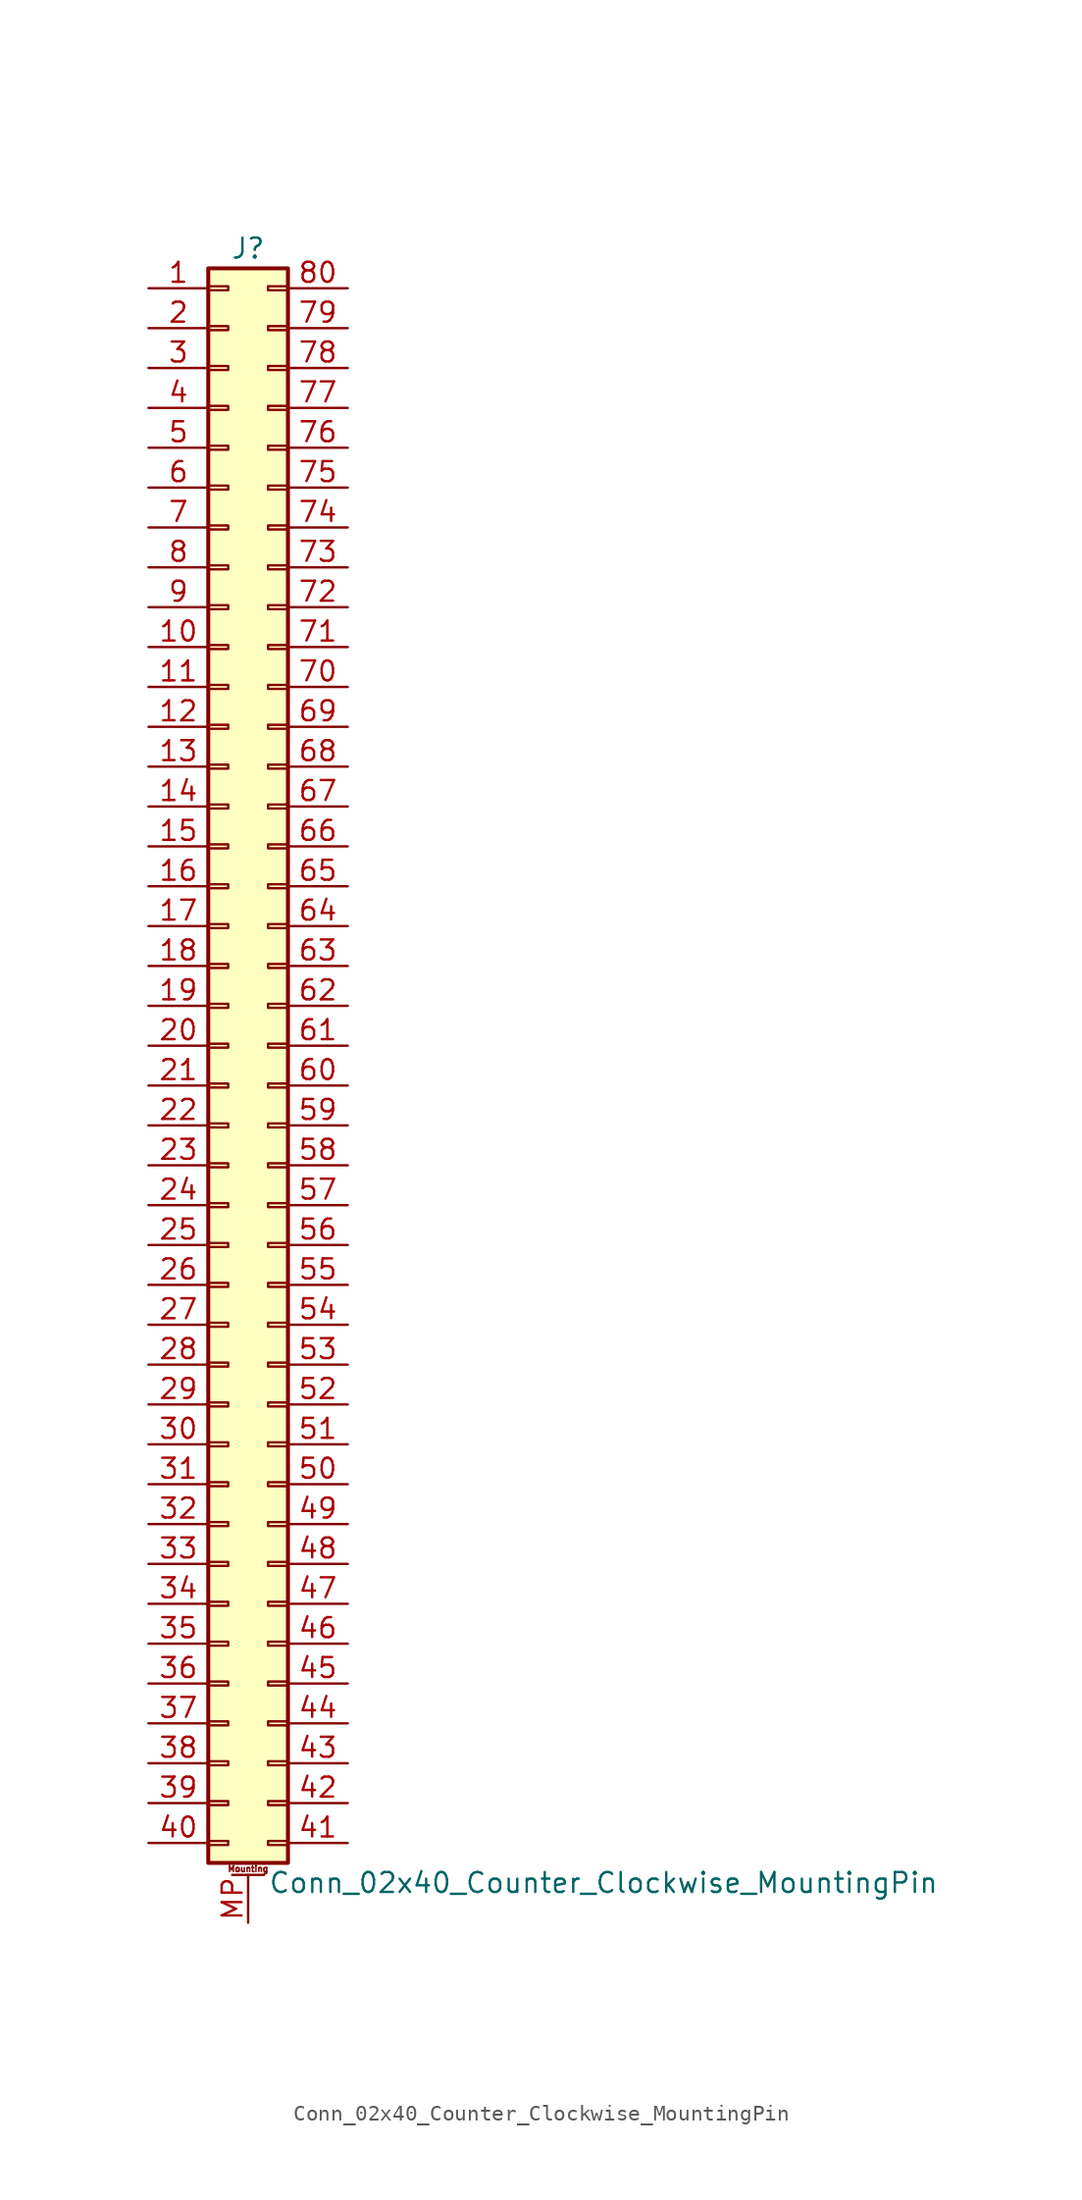
<source format=kicad_sym>
(kicad_symbol_lib
  (version 20220914)
  (generator kicad_symbol_editor)
  (symbol "Conn_02x40_Counter_Clockwise_MountingPin"
    (pin_names
      (offset 1.016) hide)
    (property "Reference" "J"
      (at 1.27 50.8 0)
      (effects (font (size 1.27 1.27))))
    (property "Value" "Conn_02x40_Counter_Clockwise_MountingPin"
      (at 2.54 -53.34 0)
      (effects (font (size 1.27 1.27)) (justify left)))
    (symbol "Conn_02x40_Counter_Clockwise_MountingPin_1_1"
      (rectangle (start -1.27 -50.673) (end 0 -50.927) (stroke (width 0.152) (type default)) (fill (type none)))
      (rectangle (start -1.27 -48.133) (end 0 -48.387) (stroke (width 0.152) (type default)) (fill (type none)))
      (rectangle (start -1.27 -45.593) (end 0 -45.847) (stroke (width 0.152) (type default)) (fill (type none)))
      (rectangle (start -1.27 -43.053) (end 0 -43.307) (stroke (width 0.152) (type default)) (fill (type none)))
      (rectangle (start -1.27 -40.513) (end 0 -40.767) (stroke (width 0.152) (type default)) (fill (type none)))
      (rectangle (start -1.27 -37.973) (end 0 -38.227) (stroke (width 0.152) (type default)) (fill (type none)))
      (rectangle (start -1.27 -35.433) (end 0 -35.687) (stroke (width 0.152) (type default)) (fill (type none)))
      (rectangle (start -1.27 -32.893) (end 0 -33.147) (stroke (width 0.152) (type default)) (fill (type none)))
      (rectangle (start -1.27 -30.353) (end 0 -30.607) (stroke (width 0.152) (type default)) (fill (type none)))
      (rectangle (start -1.27 -27.813) (end 0 -28.067) (stroke (width 0.152) (type default)) (fill (type none)))
      (rectangle (start -1.27 -25.273) (end 0 -25.527) (stroke (width 0.152) (type default)) (fill (type none)))
      (rectangle (start -1.27 -22.733) (end 0 -22.987) (stroke (width 0.152) (type default)) (fill (type none)))
      (rectangle (start -1.27 -20.193) (end 0 -20.447) (stroke (width 0.152) (type default)) (fill (type none)))
      (rectangle (start -1.27 -17.653) (end 0 -17.907) (stroke (width 0.152) (type default)) (fill (type none)))
      (rectangle (start -1.27 -15.113) (end 0 -15.367) (stroke (width 0.152) (type default)) (fill (type none)))
      (rectangle (start -1.27 -12.573) (end 0 -12.827) (stroke (width 0.152) (type default)) (fill (type none)))
      (rectangle (start -1.27 -10.033) (end 0 -10.287) (stroke (width 0.152) (type default)) (fill (type none)))
      (rectangle (start -1.27 -7.493) (end 0 -7.747) (stroke (width 0.152) (type default)) (fill (type none)))
      (rectangle (start -1.27 -4.953) (end 0 -5.207) (stroke (width 0.152) (type default)) (fill (type none)))
      (rectangle (start -1.27 -2.413) (end 0 -2.667) (stroke (width 0.152) (type default)) (fill (type none)))
      (rectangle (start -1.27 0.127) (end 0 -0.127) (stroke (width 0.152) (type default)) (fill (type none)))
      (rectangle (start -1.27 2.667) (end 0 2.413) (stroke (width 0.152) (type default)) (fill (type none)))
      (rectangle (start -1.27 5.207) (end 0 4.953) (stroke (width 0.152) (type default)) (fill (type none)))
      (rectangle (start -1.27 7.747) (end 0 7.493) (stroke (width 0.152) (type default)) (fill (type none)))
      (rectangle (start -1.27 10.287) (end 0 10.033) (stroke (width 0.152) (type default)) (fill (type none)))
      (rectangle (start -1.27 12.827) (end 0 12.573) (stroke (width 0.152) (type default)) (fill (type none)))
      (rectangle (start -1.27 15.367) (end 0 15.113) (stroke (width 0.152) (type default)) (fill (type none)))
      (rectangle (start -1.27 17.907) (end 0 17.653) (stroke (width 0.152) (type default)) (fill (type none)))
      (rectangle (start -1.27 20.447) (end 0 20.193) (stroke (width 0.152) (type default)) (fill (type none)))
      (rectangle (start -1.27 22.987) (end 0 22.733) (stroke (width 0.152) (type default)) (fill (type none)))
      (rectangle (start -1.27 25.527) (end 0 25.273) (stroke (width 0.152) (type default)) (fill (type none)))
      (rectangle (start -1.27 28.067) (end 0 27.813) (stroke (width 0.152) (type default)) (fill (type none)))
      (rectangle (start -1.27 30.607) (end 0 30.353) (stroke (width 0.152) (type default)) (fill (type none)))
      (rectangle (start -1.27 33.147) (end 0 32.893) (stroke (width 0.152) (type default)) (fill (type none)))
      (rectangle (start -1.27 35.687) (end 0 35.433) (stroke (width 0.152) (type default)) (fill (type none)))
      (rectangle (start -1.27 38.227) (end 0 37.973) (stroke (width 0.152) (type default)) (fill (type none)))
      (rectangle (start -1.27 40.767) (end 0 40.513) (stroke (width 0.152) (type default)) (fill (type none)))
      (rectangle (start -1.27 43.307) (end 0 43.053) (stroke (width 0.152) (type default)) (fill (type none)))
      (rectangle (start -1.27 45.847) (end 0 45.593) (stroke (width 0.152) (type default)) (fill (type none)))
      (rectangle (start -1.27 48.387) (end 0 48.133) (stroke (width 0.152) (type default)) (fill (type none)))
      (rectangle (start -1.27 49.53) (end 3.81 -52.07) (stroke (width 0.254) (type default)) (fill (type background)))
      (polyline (pts (xy 0.254 -52.832) (xy 2.286 -52.832)) (stroke (width 0.152) (type default)) (fill (type none)))
      (rectangle (start 3.81 -50.673) (end 2.54 -50.927) (stroke (width 0.152) (type default)) (fill (type none)))
      (rectangle (start 3.81 -48.133) (end 2.54 -48.387) (stroke (width 0.152) (type default)) (fill (type none)))
      (rectangle (start 3.81 -45.593) (end 2.54 -45.847) (stroke (width 0.152) (type default)) (fill (type none)))
      (rectangle (start 3.81 -43.053) (end 2.54 -43.307) (stroke (width 0.152) (type default)) (fill (type none)))
      (rectangle (start 3.81 -40.513) (end 2.54 -40.767) (stroke (width 0.152) (type default)) (fill (type none)))
      (rectangle (start 3.81 -37.973) (end 2.54 -38.227) (stroke (width 0.152) (type default)) (fill (type none)))
      (rectangle (start 3.81 -35.433) (end 2.54 -35.687) (stroke (width 0.152) (type default)) (fill (type none)))
      (rectangle (start 3.81 -32.893) (end 2.54 -33.147) (stroke (width 0.152) (type default)) (fill (type none)))
      (rectangle (start 3.81 -30.353) (end 2.54 -30.607) (stroke (width 0.152) (type default)) (fill (type none)))
      (rectangle (start 3.81 -27.813) (end 2.54 -28.067) (stroke (width 0.152) (type default)) (fill (type none)))
      (rectangle (start 3.81 -25.273) (end 2.54 -25.527) (stroke (width 0.152) (type default)) (fill (type none)))
      (rectangle (start 3.81 -22.733) (end 2.54 -22.987) (stroke (width 0.152) (type default)) (fill (type none)))
      (rectangle (start 3.81 -20.193) (end 2.54 -20.447) (stroke (width 0.152) (type default)) (fill (type none)))
      (rectangle (start 3.81 -17.653) (end 2.54 -17.907) (stroke (width 0.152) (type default)) (fill (type none)))
      (rectangle (start 3.81 -15.113) (end 2.54 -15.367) (stroke (width 0.152) (type default)) (fill (type none)))
      (rectangle (start 3.81 -12.573) (end 2.54 -12.827) (stroke (width 0.152) (type default)) (fill (type none)))
      (rectangle (start 3.81 -10.033) (end 2.54 -10.287) (stroke (width 0.152) (type default)) (fill (type none)))
      (rectangle (start 3.81 -7.493) (end 2.54 -7.747) (stroke (width 0.152) (type default)) (fill (type none)))
      (rectangle (start 3.81 -4.953) (end 2.54 -5.207) (stroke (width 0.152) (type default)) (fill (type none)))
      (rectangle (start 3.81 -2.413) (end 2.54 -2.667) (stroke (width 0.152) (type default)) (fill (type none)))
      (rectangle (start 3.81 0.127) (end 2.54 -0.127) (stroke (width 0.152) (type default)) (fill (type none)))
      (rectangle (start 3.81 2.667) (end 2.54 2.413) (stroke (width 0.152) (type default)) (fill (type none)))
      (rectangle (start 3.81 5.207) (end 2.54 4.953) (stroke (width 0.152) (type default)) (fill (type none)))
      (rectangle (start 3.81 7.747) (end 2.54 7.493) (stroke (width 0.152) (type default)) (fill (type none)))
      (rectangle (start 3.81 10.287) (end 2.54 10.033) (stroke (width 0.152) (type default)) (fill (type none)))
      (rectangle (start 3.81 12.827) (end 2.54 12.573) (stroke (width 0.152) (type default)) (fill (type none)))
      (rectangle (start 3.81 15.367) (end 2.54 15.113) (stroke (width 0.152) (type default)) (fill (type none)))
      (rectangle (start 3.81 17.907) (end 2.54 17.653) (stroke (width 0.152) (type default)) (fill (type none)))
      (rectangle (start 3.81 20.447) (end 2.54 20.193) (stroke (width 0.152) (type default)) (fill (type none)))
      (rectangle (start 3.81 22.987) (end 2.54 22.733) (stroke (width 0.152) (type default)) (fill (type none)))
      (rectangle (start 3.81 25.527) (end 2.54 25.273) (stroke (width 0.152) (type default)) (fill (type none)))
      (rectangle (start 3.81 28.067) (end 2.54 27.813) (stroke (width 0.152) (type default)) (fill (type none)))
      (rectangle (start 3.81 30.607) (end 2.54 30.353) (stroke (width 0.152) (type default)) (fill (type none)))
      (rectangle (start 3.81 33.147) (end 2.54 32.893) (stroke (width 0.152) (type default)) (fill (type none)))
      (rectangle (start 3.81 35.687) (end 2.54 35.433) (stroke (width 0.152) (type default)) (fill (type none)))
      (rectangle (start 3.81 38.227) (end 2.54 37.973) (stroke (width 0.152) (type default)) (fill (type none)))
      (rectangle (start 3.81 40.767) (end 2.54 40.513) (stroke (width 0.152) (type default)) (fill (type none)))
      (rectangle (start 3.81 43.307) (end 2.54 43.053) (stroke (width 0.152) (type default)) (fill (type none)))
      (rectangle (start 3.81 45.847) (end 2.54 45.593) (stroke (width 0.152) (type default)) (fill (type none)))
      (rectangle (start 3.81 48.387) (end 2.54 48.133) (stroke (width 0.152) (type default)) (fill (type none)))
      (text "Mounting" (at 1.27 -52.451 0) (effects (font (size 0.381 0.381))))
      (pin passive line (at -5.08 48.26 0) (length 3.81) (name "Pin_1" (effects (font (size 1.27 1.27)))) (number "1" (effects (font (size 1.27 1.27)))))
      (pin passive line (at -5.08 25.4 0) (length 3.81) (name "Pin_10" (effects (font (size 1.27 1.27)))) (number "10" (effects (font (size 1.27 1.27)))))
      (pin passive line (at -5.08 22.86 0) (length 3.81) (name "Pin_11" (effects (font (size 1.27 1.27)))) (number "11" (effects (font (size 1.27 1.27)))))
      (pin passive line (at -5.08 20.32 0) (length 3.81) (name "Pin_12" (effects (font (size 1.27 1.27)))) (number "12" (effects (font (size 1.27 1.27)))))
      (pin passive line (at -5.08 17.78 0) (length 3.81) (name "Pin_13" (effects (font (size 1.27 1.27)))) (number "13" (effects (font (size 1.27 1.27)))))
      (pin passive line (at -5.08 15.24 0) (length 3.81) (name "Pin_14" (effects (font (size 1.27 1.27)))) (number "14" (effects (font (size 1.27 1.27)))))
      (pin passive line (at -5.08 12.7 0) (length 3.81) (name "Pin_15" (effects (font (size 1.27 1.27)))) (number "15" (effects (font (size 1.27 1.27)))))
      (pin passive line (at -5.08 10.16 0) (length 3.81) (name "Pin_16" (effects (font (size 1.27 1.27)))) (number "16" (effects (font (size 1.27 1.27)))))
      (pin passive line (at -5.08 7.62 0) (length 3.81) (name "Pin_17" (effects (font (size 1.27 1.27)))) (number "17" (effects (font (size 1.27 1.27)))))
      (pin passive line (at -5.08 5.08 0) (length 3.81) (name "Pin_18" (effects (font (size 1.27 1.27)))) (number "18" (effects (font (size 1.27 1.27)))))
      (pin passive line (at -5.08 2.54 0) (length 3.81) (name "Pin_19" (effects (font (size 1.27 1.27)))) (number "19" (effects (font (size 1.27 1.27)))))
      (pin passive line (at -5.08 45.72 0) (length 3.81) (name "Pin_2" (effects (font (size 1.27 1.27)))) (number "2" (effects (font (size 1.27 1.27)))))
      (pin passive line (at -5.08 0 0) (length 3.81) (name "Pin_20" (effects (font (size 1.27 1.27)))) (number "20" (effects (font (size 1.27 1.27)))))
      (pin passive line (at -5.08 -2.54 0) (length 3.81) (name "Pin_21" (effects (font (size 1.27 1.27)))) (number "21" (effects (font (size 1.27 1.27)))))
      (pin passive line (at -5.08 -5.08 0) (length 3.81) (name "Pin_22" (effects (font (size 1.27 1.27)))) (number "22" (effects (font (size 1.27 1.27)))))
      (pin passive line (at -5.08 -7.62 0) (length 3.81) (name "Pin_23" (effects (font (size 1.27 1.27)))) (number "23" (effects (font (size 1.27 1.27)))))
      (pin passive line (at -5.08 -10.16 0) (length 3.81) (name "Pin_24" (effects (font (size 1.27 1.27)))) (number "24" (effects (font (size 1.27 1.27)))))
      (pin passive line (at -5.08 -12.7 0) (length 3.81) (name "Pin_25" (effects (font (size 1.27 1.27)))) (number "25" (effects (font (size 1.27 1.27)))))
      (pin passive line (at -5.08 -15.24 0) (length 3.81) (name "Pin_26" (effects (font (size 1.27 1.27)))) (number "26" (effects (font (size 1.27 1.27)))))
      (pin passive line (at -5.08 -17.78 0) (length 3.81) (name "Pin_27" (effects (font (size 1.27 1.27)))) (number "27" (effects (font (size 1.27 1.27)))))
      (pin passive line (at -5.08 -20.32 0) (length 3.81) (name "Pin_28" (effects (font (size 1.27 1.27)))) (number "28" (effects (font (size 1.27 1.27)))))
      (pin passive line (at -5.08 -22.86 0) (length 3.81) (name "Pin_29" (effects (font (size 1.27 1.27)))) (number "29" (effects (font (size 1.27 1.27)))))
      (pin passive line (at -5.08 43.18 0) (length 3.81) (name "Pin_3" (effects (font (size 1.27 1.27)))) (number "3" (effects (font (size 1.27 1.27)))))
      (pin passive line (at -5.08 -25.4 0) (length 3.81) (name "Pin_30" (effects (font (size 1.27 1.27)))) (number "30" (effects (font (size 1.27 1.27)))))
      (pin passive line (at -5.08 -27.94 0) (length 3.81) (name "Pin_31" (effects (font (size 1.27 1.27)))) (number "31" (effects (font (size 1.27 1.27)))))
      (pin passive line (at -5.08 -30.48 0) (length 3.81) (name "Pin_32" (effects (font (size 1.27 1.27)))) (number "32" (effects (font (size 1.27 1.27)))))
      (pin passive line (at -5.08 -33.02 0) (length 3.81) (name "Pin_33" (effects (font (size 1.27 1.27)))) (number "33" (effects (font (size 1.27 1.27)))))
      (pin passive line (at -5.08 -35.56 0) (length 3.81) (name "Pin_34" (effects (font (size 1.27 1.27)))) (number "34" (effects (font (size 1.27 1.27)))))
      (pin passive line (at -5.08 -38.1 0) (length 3.81) (name "Pin_35" (effects (font (size 1.27 1.27)))) (number "35" (effects (font (size 1.27 1.27)))))
      (pin passive line (at -5.08 -40.64 0) (length 3.81) (name "Pin_36" (effects (font (size 1.27 1.27)))) (number "36" (effects (font (size 1.27 1.27)))))
      (pin passive line (at -5.08 -43.18 0) (length 3.81) (name "Pin_37" (effects (font (size 1.27 1.27)))) (number "37" (effects (font (size 1.27 1.27)))))
      (pin passive line (at -5.08 -45.72 0) (length 3.81) (name "Pin_38" (effects (font (size 1.27 1.27)))) (number "38" (effects (font (size 1.27 1.27)))))
      (pin passive line (at -5.08 -48.26 0) (length 3.81) (name "Pin_39" (effects (font (size 1.27 1.27)))) (number "39" (effects (font (size 1.27 1.27)))))
      (pin passive line (at -5.08 40.64 0) (length 3.81) (name "Pin_4" (effects (font (size 1.27 1.27)))) (number "4" (effects (font (size 1.27 1.27)))))
      (pin passive line (at -5.08 -50.8 0) (length 3.81) (name "Pin_40" (effects (font (size 1.27 1.27)))) (number "40" (effects (font (size 1.27 1.27)))))
      (pin passive line (at 7.62 -50.8 180) (length 3.81) (name "Pin_41" (effects (font (size 1.27 1.27)))) (number "41" (effects (font (size 1.27 1.27)))))
      (pin passive line (at 7.62 -48.26 180) (length 3.81) (name "Pin_42" (effects (font (size 1.27 1.27)))) (number "42" (effects (font (size 1.27 1.27)))))
      (pin passive line (at 7.62 -45.72 180) (length 3.81) (name "Pin_43" (effects (font (size 1.27 1.27)))) (number "43" (effects (font (size 1.27 1.27)))))
      (pin passive line (at 7.62 -43.18 180) (length 3.81) (name "Pin_44" (effects (font (size 1.27 1.27)))) (number "44" (effects (font (size 1.27 1.27)))))
      (pin passive line (at 7.62 -40.64 180) (length 3.81) (name "Pin_45" (effects (font (size 1.27 1.27)))) (number "45" (effects (font (size 1.27 1.27)))))
      (pin passive line (at 7.62 -38.1 180) (length 3.81) (name "Pin_46" (effects (font (size 1.27 1.27)))) (number "46" (effects (font (size 1.27 1.27)))))
      (pin passive line (at 7.62 -35.56 180) (length 3.81) (name "Pin_47" (effects (font (size 1.27 1.27)))) (number "47" (effects (font (size 1.27 1.27)))))
      (pin passive line (at 7.62 -33.02 180) (length 3.81) (name "Pin_48" (effects (font (size 1.27 1.27)))) (number "48" (effects (font (size 1.27 1.27)))))
      (pin passive line (at 7.62 -30.48 180) (length 3.81) (name "Pin_49" (effects (font (size 1.27 1.27)))) (number "49" (effects (font (size 1.27 1.27)))))
      (pin passive line (at -5.08 38.1 0) (length 3.81) (name "Pin_5" (effects (font (size 1.27 1.27)))) (number "5" (effects (font (size 1.27 1.27)))))
      (pin passive line (at 7.62 -27.94 180) (length 3.81) (name "Pin_50" (effects (font (size 1.27 1.27)))) (number "50" (effects (font (size 1.27 1.27)))))
      (pin passive line (at 7.62 -25.4 180) (length 3.81) (name "Pin_51" (effects (font (size 1.27 1.27)))) (number "51" (effects (font (size 1.27 1.27)))))
      (pin passive line (at 7.62 -22.86 180) (length 3.81) (name "Pin_52" (effects (font (size 1.27 1.27)))) (number "52" (effects (font (size 1.27 1.27)))))
      (pin passive line (at 7.62 -20.32 180) (length 3.81) (name "Pin_53" (effects (font (size 1.27 1.27)))) (number "53" (effects (font (size 1.27 1.27)))))
      (pin passive line (at 7.62 -17.78 180) (length 3.81) (name "Pin_54" (effects (font (size 1.27 1.27)))) (number "54" (effects (font (size 1.27 1.27)))))
      (pin passive line (at 7.62 -15.24 180) (length 3.81) (name "Pin_55" (effects (font (size 1.27 1.27)))) (number "55" (effects (font (size 1.27 1.27)))))
      (pin passive line (at 7.62 -12.7 180) (length 3.81) (name "Pin_56" (effects (font (size 1.27 1.27)))) (number "56" (effects (font (size 1.27 1.27)))))
      (pin passive line (at 7.62 -10.16 180) (length 3.81) (name "Pin_57" (effects (font (size 1.27 1.27)))) (number "57" (effects (font (size 1.27 1.27)))))
      (pin passive line (at 7.62 -7.62 180) (length 3.81) (name "Pin_58" (effects (font (size 1.27 1.27)))) (number "58" (effects (font (size 1.27 1.27)))))
      (pin passive line (at 7.62 -5.08 180) (length 3.81) (name "Pin_59" (effects (font (size 1.27 1.27)))) (number "59" (effects (font (size 1.27 1.27)))))
      (pin passive line (at -5.08 35.56 0) (length 3.81) (name "Pin_6" (effects (font (size 1.27 1.27)))) (number "6" (effects (font (size 1.27 1.27)))))
      (pin passive line (at 7.62 -2.54 180) (length 3.81) (name "Pin_60" (effects (font (size 1.27 1.27)))) (number "60" (effects (font (size 1.27 1.27)))))
      (pin passive line (at 7.62 0 180) (length 3.81) (name "Pin_61" (effects (font (size 1.27 1.27)))) (number "61" (effects (font (size 1.27 1.27)))))
      (pin passive line (at 7.62 2.54 180) (length 3.81) (name "Pin_62" (effects (font (size 1.27 1.27)))) (number "62" (effects (font (size 1.27 1.27)))))
      (pin passive line (at 7.62 5.08 180) (length 3.81) (name "Pin_63" (effects (font (size 1.27 1.27)))) (number "63" (effects (font (size 1.27 1.27)))))
      (pin passive line (at 7.62 7.62 180) (length 3.81) (name "Pin_64" (effects (font (size 1.27 1.27)))) (number "64" (effects (font (size 1.27 1.27)))))
      (pin passive line (at 7.62 10.16 180) (length 3.81) (name "Pin_65" (effects (font (size 1.27 1.27)))) (number "65" (effects (font (size 1.27 1.27)))))
      (pin passive line (at 7.62 12.7 180) (length 3.81) (name "Pin_66" (effects (font (size 1.27 1.27)))) (number "66" (effects (font (size 1.27 1.27)))))
      (pin passive line (at 7.62 15.24 180) (length 3.81) (name "Pin_67" (effects (font (size 1.27 1.27)))) (number "67" (effects (font (size 1.27 1.27)))))
      (pin passive line (at 7.62 17.78 180) (length 3.81) (name "Pin_68" (effects (font (size 1.27 1.27)))) (number "68" (effects (font (size 1.27 1.27)))))
      (pin passive line (at 7.62 20.32 180) (length 3.81) (name "Pin_69" (effects (font (size 1.27 1.27)))) (number "69" (effects (font (size 1.27 1.27)))))
      (pin passive line (at -5.08 33.02 0) (length 3.81) (name "Pin_7" (effects (font (size 1.27 1.27)))) (number "7" (effects (font (size 1.27 1.27)))))
      (pin passive line (at 7.62 22.86 180) (length 3.81) (name "Pin_70" (effects (font (size 1.27 1.27)))) (number "70" (effects (font (size 1.27 1.27)))))
      (pin passive line (at 7.62 25.4 180) (length 3.81) (name "Pin_71" (effects (font (size 1.27 1.27)))) (number "71" (effects (font (size 1.27 1.27)))))
      (pin passive line (at 7.62 27.94 180) (length 3.81) (name "Pin_72" (effects (font (size 1.27 1.27)))) (number "72" (effects (font (size 1.27 1.27)))))
      (pin passive line (at 7.62 30.48 180) (length 3.81) (name "Pin_73" (effects (font (size 1.27 1.27)))) (number "73" (effects (font (size 1.27 1.27)))))
      (pin passive line (at 7.62 33.02 180) (length 3.81) (name "Pin_74" (effects (font (size 1.27 1.27)))) (number "74" (effects (font (size 1.27 1.27)))))
      (pin passive line (at 7.62 35.56 180) (length 3.81) (name "Pin_75" (effects (font (size 1.27 1.27)))) (number "75" (effects (font (size 1.27 1.27)))))
      (pin passive line (at 7.62 38.1 180) (length 3.81) (name "Pin_76" (effects (font (size 1.27 1.27)))) (number "76" (effects (font (size 1.27 1.27)))))
      (pin passive line (at 7.62 40.64 180) (length 3.81) (name "Pin_77" (effects (font (size 1.27 1.27)))) (number "77" (effects (font (size 1.27 1.27)))))
      (pin passive line (at 7.62 43.18 180) (length 3.81) (name "Pin_78" (effects (font (size 1.27 1.27)))) (number "78" (effects (font (size 1.27 1.27)))))
      (pin passive line (at 7.62 45.72 180) (length 3.81) (name "Pin_79" (effects (font (size 1.27 1.27)))) (number "79" (effects (font (size 1.27 1.27)))))
      (pin passive line (at -5.08 30.48 0) (length 3.81) (name "Pin_8" (effects (font (size 1.27 1.27)))) (number "8" (effects (font (size 1.27 1.27)))))
      (pin passive line (at 7.62 48.26 180) (length 3.81) (name "Pin_80" (effects (font (size 1.27 1.27)))) (number "80" (effects (font (size 1.27 1.27)))))
      (pin passive line (at -5.08 27.94 0) (length 3.81) (name "Pin_9" (effects (font (size 1.27 1.27)))) (number "9" (effects (font (size 1.27 1.27)))))
      (pin passive line (at 1.27 -55.88 90) (length 3.048) (name "MountPin" (effects (font (size 1.27 1.27)))) (number "MP" (effects (font (size 1.27 1.27))))))))
</source>
